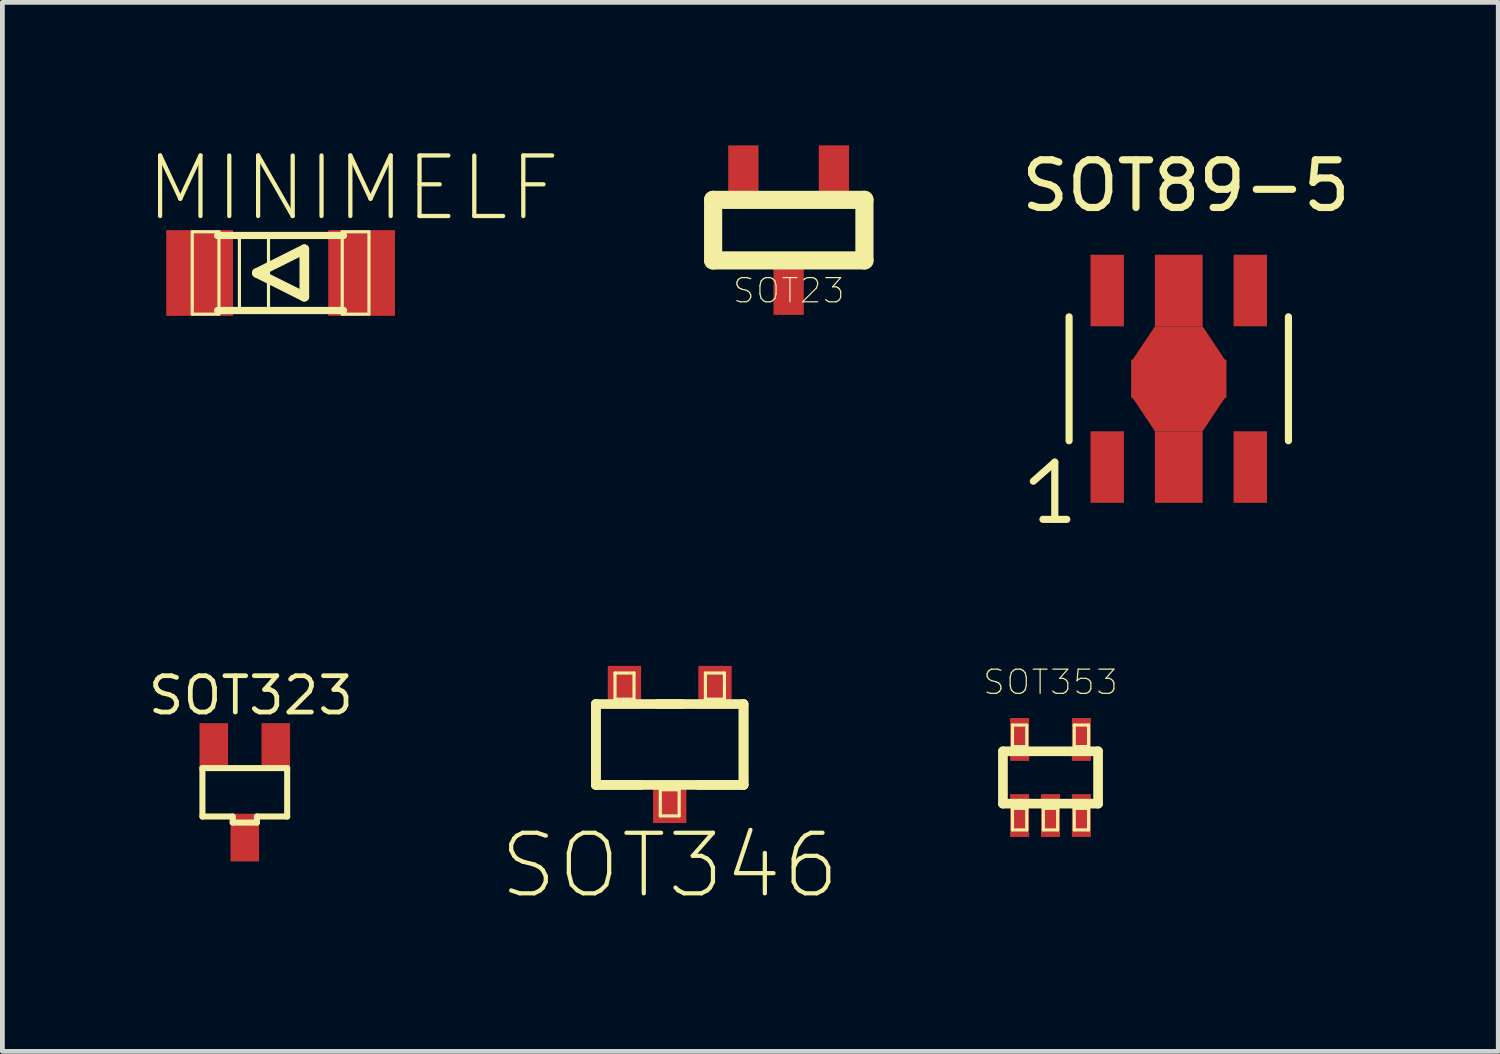
<source format=kicad_pcb>
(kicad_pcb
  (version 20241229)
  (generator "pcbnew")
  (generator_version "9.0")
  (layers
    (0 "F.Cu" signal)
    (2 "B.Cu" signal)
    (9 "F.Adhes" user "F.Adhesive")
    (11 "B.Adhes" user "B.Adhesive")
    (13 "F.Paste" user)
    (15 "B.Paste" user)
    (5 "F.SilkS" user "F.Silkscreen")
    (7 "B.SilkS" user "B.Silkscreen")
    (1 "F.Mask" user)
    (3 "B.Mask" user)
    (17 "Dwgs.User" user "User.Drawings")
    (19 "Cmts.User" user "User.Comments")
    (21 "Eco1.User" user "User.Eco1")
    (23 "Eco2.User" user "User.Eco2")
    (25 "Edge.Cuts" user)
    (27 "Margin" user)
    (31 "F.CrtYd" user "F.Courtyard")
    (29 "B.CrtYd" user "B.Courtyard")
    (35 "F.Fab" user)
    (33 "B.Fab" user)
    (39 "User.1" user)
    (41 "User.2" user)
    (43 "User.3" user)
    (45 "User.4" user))
  (footprint "SOT89-5"
    (layer "F.Cu")
    (at 21.681 4.897)
    (property "Reference" "SOT89-5" (at 0.15 -4.049 0) (layer "F.SilkS") (effects (font (size 1 1) (thickness 0.15))))
    (attr smd)
    (fp_line (start -3.051 2.149) (end -2.601 1.75) (stroke (width 0.15) (type solid)) (layer "F.SilkS"))
    (fp_line (start -2.85 2.949) (end -2.349 2.949) (stroke (width 0.15) (type solid)) (layer "F.SilkS"))
    (fp_line (start -2.601 1.75) (end -2.601 2.949) (stroke (width 0.15) (type solid)) (layer "F.SilkS"))
    (fp_line (start -2.301 1.3) (end -2.301 -1.3) (stroke (width 0.15) (type solid)) (layer "F.SilkS"))
    (fp_line (start 2.301 -1.3) (end 2.301 1.3) (stroke (width 0.15) (type solid)) (layer "F.SilkS"))
    (pad "1" smd rect (at -1.501 1.852) (size 0.701 1.501) (layers "F.Cu" "F.Mask" "F.Paste"))
    (pad "2" smd rect (at 0 -1.852) (size 1.001 1.501) (layers "F.Cu" "F.Mask" "F.Paste"))
    (pad "2" smd trapezoid (at 0 -0.726) (size 1.501 0.749) (rect_delta 0 0.5) (layers "F.Cu" "F.Mask" "F.Paste"))
    (pad "2" smd rect (at 0 0) (size 1.999 0.8) (layers "F.Cu" "F.Mask" "F.Paste"))
    (pad "2" smd trapezoid (at 0 0.726 180) (size 1.501 0.749) (rect_delta 0 0.5) (layers "F.Cu" "F.Mask" "F.Paste"))
    (pad "2" smd rect (at 0 1.852) (size 1.001 1.501) (layers "F.Cu" "F.Mask" "F.Paste"))
    (pad "3" smd rect (at 1.501 1.852) (size 0.701 1.501) (layers "F.Cu" "F.Mask" "F.Paste"))
    (pad "4" smd rect (at 1.501 -1.852) (size 0.701 1.501) (layers "F.Cu" "F.Mask" "F.Paste"))
    (pad "5" smd rect (at -1.501 -1.852) (size 0.701 1.501) (layers "F.Cu" "F.Mask" "F.Paste")))
  (footprint "SOT353"
    (layer "F.Cu")
    (at 18.99 13.262)
    (property "Reference" "SOT353" (at 0 -1.999 0) (layer "F.SilkS") (effects (font (size 0.508 0.508) (thickness 0.025))))
    (attr smd)
    (fp_line (start -0.998 -0.549) (end -0.998 0.549) (stroke (width 0.203) (type solid)) (layer "F.SilkS"))
    (fp_line (start -0.998 0.549) (end 0.998 0.549) (stroke (width 0.203) (type solid)) (layer "F.SilkS"))
    (fp_line (start -0.798 -1.1) (end -0.498 -1.1) (stroke (width 0.066) (type solid)) (layer "F.SilkS"))
    (fp_line (start -0.798 -0.648) (end -0.798 -1.1) (stroke (width 0.066) (type solid)) (layer "F.SilkS"))
    (fp_line (start -0.798 -0.648) (end -0.498 -0.648) (stroke (width 0.066) (type solid)) (layer "F.SilkS"))
    (fp_line (start -0.798 0.648) (end -0.498 0.648) (stroke (width 0.066) (type solid)) (layer "F.SilkS"))
    (fp_line (start -0.798 1.1) (end -0.798 0.648) (stroke (width 0.066) (type solid)) (layer "F.SilkS"))
    (fp_line (start -0.798 1.1) (end -0.498 1.1) (stroke (width 0.066) (type solid)) (layer "F.SilkS"))
    (fp_line (start -0.498 -0.648) (end -0.498 -1.1) (stroke (width 0.066) (type solid)) (layer "F.SilkS"))
    (fp_line (start -0.498 1.1) (end -0.498 0.648) (stroke (width 0.066) (type solid)) (layer "F.SilkS"))
    (fp_line (start -0.15 0.648) (end 0.15 0.648) (stroke (width 0.066) (type solid)) (layer "F.SilkS"))
    (fp_line (start -0.15 1.1) (end -0.15 0.648) (stroke (width 0.066) (type solid)) (layer "F.SilkS"))
    (fp_line (start -0.15 1.1) (end 0.15 1.1) (stroke (width 0.066) (type solid)) (layer "F.SilkS"))
    (fp_line (start 0.15 1.1) (end 0.15 0.648) (stroke (width 0.066) (type solid)) (layer "F.SilkS"))
    (fp_line (start 0.498 -1.1) (end 0.798 -1.1) (stroke (width 0.066) (type solid)) (layer "F.SilkS"))
    (fp_line (start 0.498 -0.648) (end 0.498 -1.1) (stroke (width 0.066) (type solid)) (layer "F.SilkS"))
    (fp_line (start 0.498 -0.648) (end 0.798 -0.648) (stroke (width 0.066) (type solid)) (layer "F.SilkS"))
    (fp_line (start 0.498 0.648) (end 0.798 0.648) (stroke (width 0.066) (type solid)) (layer "F.SilkS"))
    (fp_line (start 0.498 1.1) (end 0.498 0.648) (stroke (width 0.066) (type solid)) (layer "F.SilkS"))
    (fp_line (start 0.498 1.1) (end 0.798 1.1) (stroke (width 0.066) (type solid)) (layer "F.SilkS"))
    (fp_line (start 0.798 -0.648) (end 0.798 -1.1) (stroke (width 0.066) (type solid)) (layer "F.SilkS"))
    (fp_line (start 0.798 1.1) (end 0.798 0.648) (stroke (width 0.066) (type solid)) (layer "F.SilkS"))
    (fp_line (start 0.998 -0.549) (end -0.998 -0.549) (stroke (width 0.203) (type solid)) (layer "F.SilkS"))
    (fp_line (start 0.998 0.549) (end 0.998 -0.549) (stroke (width 0.203) (type solid)) (layer "F.SilkS"))
    (pad "1" smd rect (at -0.648 0.798) (size 0.399 0.899) (layers "F.Cu" "F.Mask" "F.Paste"))
    (pad "2" smd rect (at 0 0.798) (size 0.399 0.899) (layers "F.Cu" "F.Mask" "F.Paste"))
    (pad "3" smd rect (at 0.648 0.798) (size 0.399 0.899) (layers "F.Cu" "F.Mask" "F.Paste"))
    (pad "4" smd rect (at 0.648 -0.798) (size 0.399 0.899) (layers "F.Cu" "F.Mask" "F.Paste"))
    (pad "5" smd rect (at -0.648 -0.798) (size 0.399 0.899) (layers "F.Cu" "F.Mask" "F.Paste")))
  (footprint "SOT346"
    (layer "F.Cu")
    (at 11.001 12.569)
    (property "Reference" "SOT346" (at 0 2.54 0) (layer "F.SilkS") (effects (font (size 1.27 1.27) (thickness 0.089))))
    (attr smd)
    (fp_line (start -1.549 -0.848) (end -1.549 0.848) (stroke (width 0.203) (type solid)) (layer "F.SilkS"))
    (fp_line (start -1.549 -0.848) (end -1.549 0.848) (stroke (width 0.203) (type solid)) (layer "F.SilkS"))
    (fp_line (start -1.549 0.848) (end -0.599 0.848) (stroke (width 0.203) (type solid)) (layer "F.SilkS"))
    (fp_line (start -1.549 0.848) (end 1.549 0.848) (stroke (width 0.203) (type solid)) (layer "F.SilkS"))
    (fp_line (start -1.148 -1.499) (end -1.148 -0.95) (stroke (width 0.066) (type solid)) (layer "F.SilkS"))
    (fp_line (start -1.148 -1.499) (end -0.749 -1.499) (stroke (width 0.066) (type solid)) (layer "F.SilkS"))
    (fp_line (start -1.148 -0.95) (end -0.749 -0.95) (stroke (width 0.066) (type solid)) (layer "F.SilkS"))
    (fp_line (start -0.749 -1.499) (end -0.749 -0.95) (stroke (width 0.066) (type solid)) (layer "F.SilkS"))
    (fp_line (start -0.198 0.95) (end -0.198 1.499) (stroke (width 0.066) (type solid)) (layer "F.SilkS"))
    (fp_line (start -0.198 0.95) (end 0.198 0.95) (stroke (width 0.066) (type solid)) (layer "F.SilkS"))
    (fp_line (start -0.198 1.499) (end 0.198 1.499) (stroke (width 0.066) (type solid)) (layer "F.SilkS"))
    (fp_line (start 0.198 0.95) (end 0.198 1.499) (stroke (width 0.066) (type solid)) (layer "F.SilkS"))
    (fp_line (start 0.249 -0.848) (end -0.249 -0.848) (stroke (width 0.203) (type solid)) (layer "F.SilkS"))
    (fp_line (start 0.599 0.848) (end 1.549 0.848) (stroke (width 0.203) (type solid)) (layer "F.SilkS"))
    (fp_line (start 0.749 -1.499) (end 0.749 -0.95) (stroke (width 0.066) (type solid)) (layer "F.SilkS"))
    (fp_line (start 0.749 -1.499) (end 1.148 -1.499) (stroke (width 0.066) (type solid)) (layer "F.SilkS"))
    (fp_line (start 0.749 -0.95) (end 1.148 -0.95) (stroke (width 0.066) (type solid)) (layer "F.SilkS"))
    (fp_line (start 1.148 -1.499) (end 1.148 -0.95) (stroke (width 0.066) (type solid)) (layer "F.SilkS"))
    (fp_line (start 1.549 -0.848) (end -1.549 -0.848) (stroke (width 0.203) (type solid)) (layer "F.SilkS"))
    (fp_line (start 1.549 0.848) (end 1.549 -0.848) (stroke (width 0.203) (type solid)) (layer "F.SilkS"))
    (fp_line (start 1.549 0.848) (end 1.549 -0.848) (stroke (width 0.203) (type solid)) (layer "F.SilkS"))
    (pad "1" smd rect (at 0.95 -1.199) (size 0.699 0.899) (layers "F.Cu" "F.Mask" "F.Paste"))
    (pad "2" smd rect (at -0.95 -1.199) (size 0.699 0.899) (layers "F.Cu" "F.Mask" "F.Paste"))
    (pad "3" smd rect (at 0 1.199) (size 0.699 0.899) (layers "F.Cu" "F.Mask" "F.Paste")))
  (footprint "MINIMELF"
    (layer "F.Cu")
    (at 2.837 2.677)
    (property "Reference" "MINIMELF" (at 1.524 -1.778 0) (layer "F.SilkS") (effects (font (size 1.27 1.27) (thickness 0.089))))
    (attr smd)
    (fp_line (start -1.854 -0.864) (end -1.293 -0.864) (stroke (width 0.066) (type solid)) (layer "F.SilkS"))
    (fp_line (start -1.854 0.864) (end -1.854 -0.864) (stroke (width 0.066) (type solid)) (layer "F.SilkS"))
    (fp_line (start -1.854 0.864) (end -1.293 0.864) (stroke (width 0.066) (type solid)) (layer "F.SilkS"))
    (fp_line (start -1.293 0.864) (end -1.293 -0.864) (stroke (width 0.066) (type solid)) (layer "F.SilkS"))
    (fp_line (start -0.864 -0.787) (end -0.254 -0.787) (stroke (width 0.066) (type solid)) (layer "F.SilkS"))
    (fp_line (start -0.864 0.787) (end -0.864 -0.787) (stroke (width 0.066) (type solid)) (layer "F.SilkS"))
    (fp_line (start -0.864 0.787) (end -0.254 0.787) (stroke (width 0.066) (type solid)) (layer "F.SilkS"))
    (fp_line (start -0.498 0) (end 0.498 0.498) (stroke (width 0.203) (type solid)) (layer "F.SilkS"))
    (fp_line (start -0.254 0.787) (end -0.254 -0.787) (stroke (width 0.066) (type solid)) (layer "F.SilkS"))
    (fp_line (start 0.498 -0.498) (end -0.498 0) (stroke (width 0.203) (type solid)) (layer "F.SilkS"))
    (fp_line (start 0.498 0.498) (end 0.498 -0.498) (stroke (width 0.203) (type solid)) (layer "F.SilkS"))
    (fp_line (start 1.293 -0.864) (end 1.854 -0.864) (stroke (width 0.066) (type solid)) (layer "F.SilkS"))
    (fp_line (start 1.293 0.864) (end 1.293 -0.864) (stroke (width 0.066) (type solid)) (layer "F.SilkS"))
    (fp_line (start 1.293 0.864) (end 1.854 0.864) (stroke (width 0.066) (type solid)) (layer "F.SilkS"))
    (fp_line (start 1.321 -0.787) (end -1.321 -0.787) (stroke (width 0.152) (type solid)) (layer "F.SilkS"))
    (fp_line (start 1.321 0.787) (end -1.321 0.787) (stroke (width 0.152) (type solid)) (layer "F.SilkS"))
    (fp_line (start 1.854 0.864) (end 1.854 -0.864) (stroke (width 0.066) (type solid)) (layer "F.SilkS"))
    (pad "1" smd rect (at 1.699 0) (size 1.4 1.798) (layers "F.Cu" "F.Mask" "F.Paste"))
    (pad "2" smd rect (at -1.699 0) (size 1.4 1.798) (layers "F.Cu" "F.Mask" "F.Paste")))
  (footprint "SOT323"
    (layer "F.Cu")
    (at 2.086 13.573)
    (property "Reference" "SOT323" (at 0.127 -2.032 0) (layer "F.SilkS") (effects (font (size 0.762 0.762) (thickness 0.099))))
    (attr smd)
    (fp_line (start -0.889 -0.508) (end -0.889 0.508) (stroke (width 0.127) (type solid)) (layer "F.SilkS"))
    (fp_line (start -0.889 0.508) (end -0.254 0.508) (stroke (width 0.127) (type solid)) (layer "F.SilkS"))
    (fp_line (start -0.254 0.508) (end -0.254 0.635) (stroke (width 0.127) (type solid)) (layer "F.SilkS"))
    (fp_line (start -0.254 0.635) (end 0.254 0.635) (stroke (width 0.127) (type solid)) (layer "F.SilkS"))
    (fp_line (start 0.254 0.508) (end 0.889 0.508) (stroke (width 0.127) (type solid)) (layer "F.SilkS"))
    (fp_line (start 0.254 0.635) (end 0.254 0.508) (stroke (width 0.127) (type solid)) (layer "F.SilkS"))
    (fp_line (start 0.889 -0.508) (end -0.889 -0.508) (stroke (width 0.127) (type solid)) (layer "F.SilkS"))
    (fp_line (start 0.889 0.508) (end 0.889 -0.508) (stroke (width 0.127) (type solid)) (layer "F.SilkS"))
    (pad "1" smd rect (at 0.65 -0.95) (size 0.599 1.001) (layers "F.Cu" "F.Mask" "F.Paste"))
    (pad "2" smd rect (at -0.65 -0.95) (size 0.599 1.001) (layers "F.Cu" "F.Mask" "F.Paste"))
    (pad "3" smd rect (at 0 0.95) (size 0.599 1.001) (layers "F.Cu" "F.Mask" "F.Paste")))
  (footprint "SOT23"
    (layer "F.Cu")
    (at 13.499 1.778)
    (property "Reference" "SOT23" (at 0 1.27 0) (layer "F.SilkS") (effects (font (size 0.508 0.508) (thickness 0.025))))
    (attr through_hole)
    (fp_line (start -1.587 -0.635) (end 1.587 -0.635) (stroke (width 0.381) (type solid)) (layer "F.SilkS"))
    (fp_line (start -1.587 0.635) (end -1.587 -0.635) (stroke (width 0.381) (type solid)) (layer "F.SilkS"))
    (fp_line (start 1.587 -0.635) (end 1.587 0.635) (stroke (width 0.381) (type solid)) (layer "F.SilkS"))
    (fp_line (start 1.587 0.635) (end -1.587 0.635) (stroke (width 0.381) (type solid)) (layer "F.SilkS"))
    (pad "1" smd rect (at 0.947 -1.27) (size 0.635 1.016) (layers "F.Cu" "F.Mask" "F.Paste"))
    (pad "2" smd rect (at -0.953 -1.27) (size 0.635 1.016) (layers "F.Cu" "F.Mask" "F.Paste"))
    (pad "3" smd rect (at -0.003 1.27) (size 0.635 1.016) (layers "F.Cu" "F.Mask" "F.Paste")))
  (gr_rect
    (start -3 -3)
    (end 28.384 19.008)
    (stroke (width 0.1) (type default))
    (fill no)
    (layer "Edge.Cuts")))
</source>
